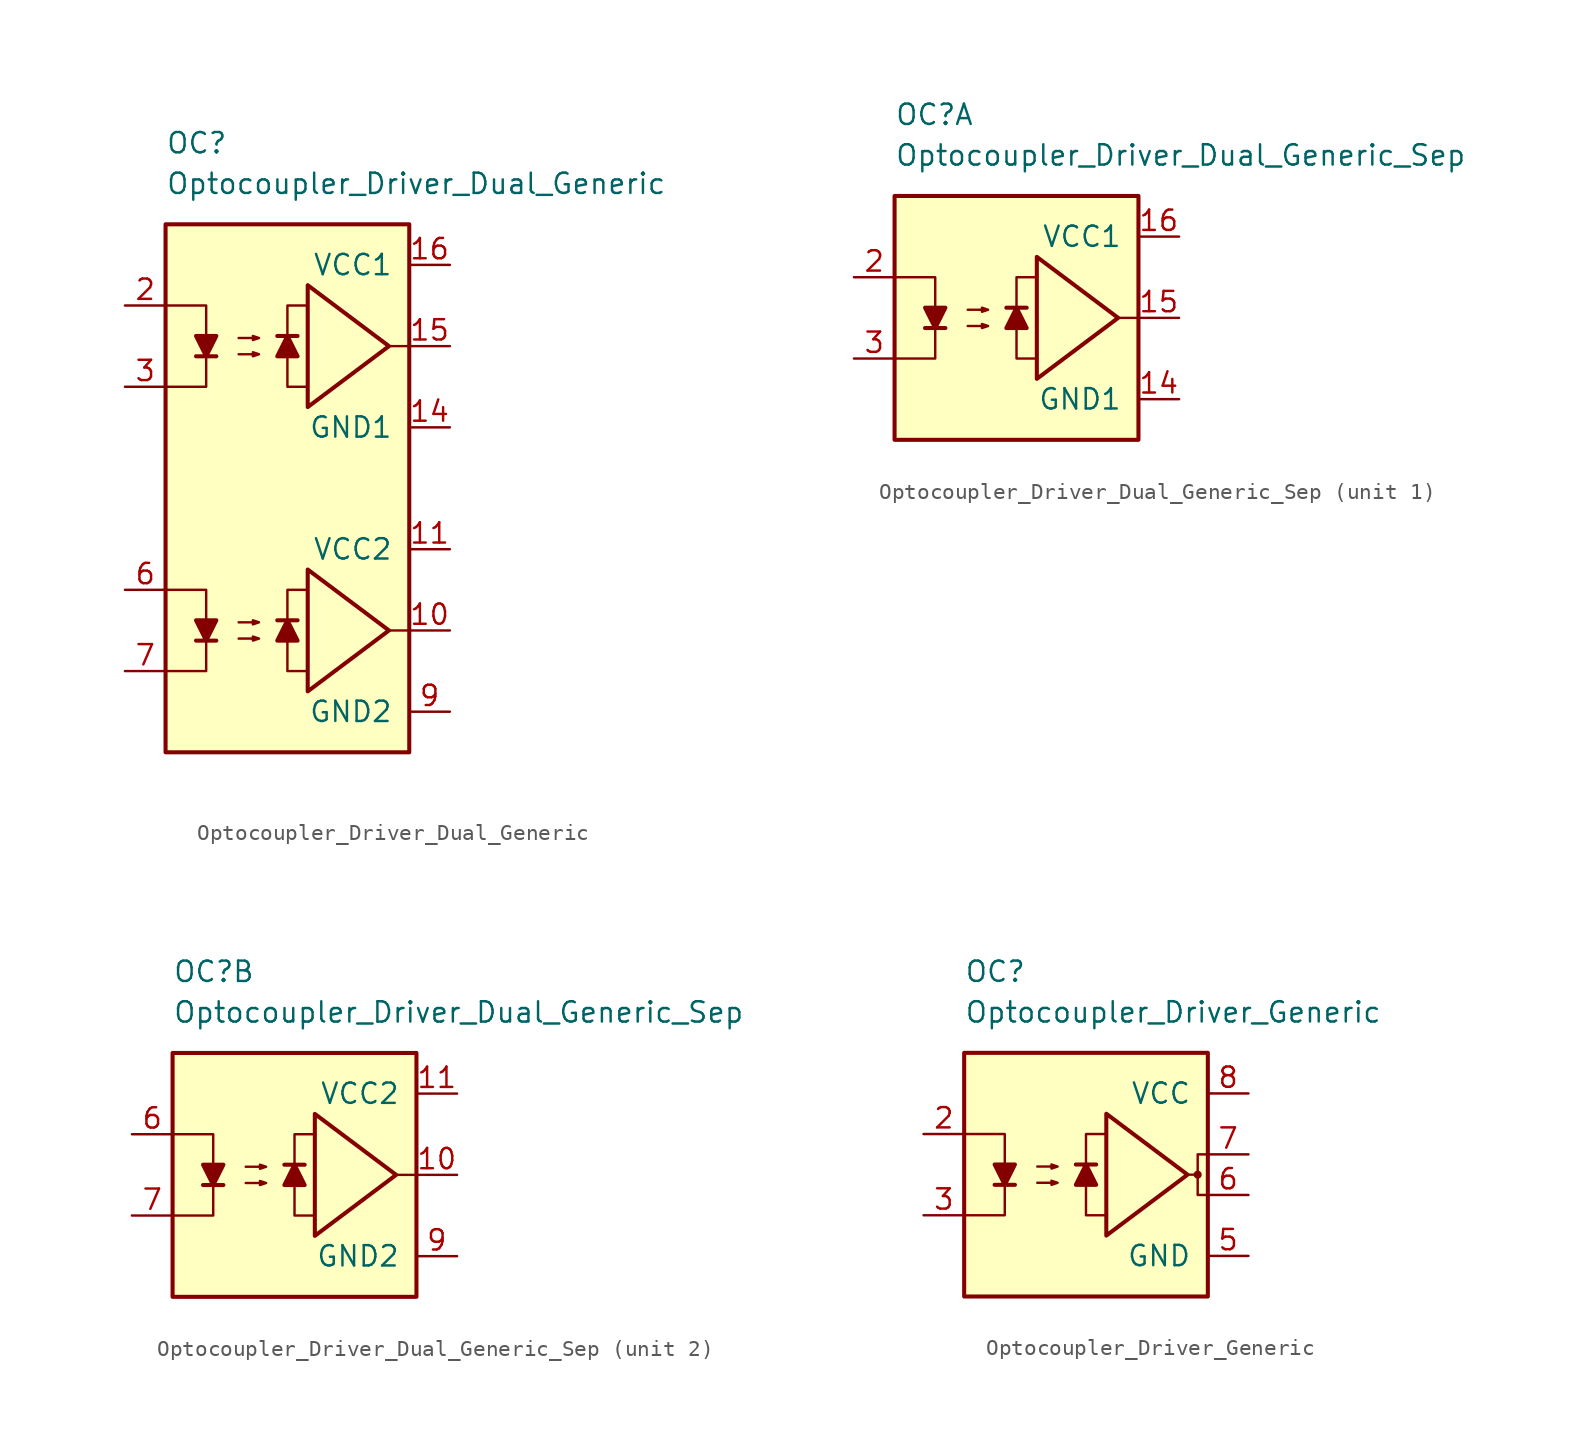
<source format=kicad_sym>
(kicad_symbol_lib
  (version 20211014)
  (generator kicad_symbol_editor)
  (symbol "Optocoupler_Driver_Dual_Generic"
    (pin_names
      (offset 1.016))
    (property "Reference" "OC"
      (at -7.62 21.59 0)
      (effects (font (size 1.27 1.27)) (justify left)))
    (property "Value" "Optocoupler_Driver_Dual_Generic"
      (at -7.62 19.05 0)
      (effects (font (size 1.27 1.27)) (justify left)))
    (symbol "Optocoupler_Driver_Dual_Generic_0_0"
      (polyline (pts (xy 7.62 8.89) (xy 6.35 8.89)) (stroke (width 0) (type default) (color 0 0 0 0)) (fill (type none)))
      (polyline (pts (xy 1.27 6.35) (xy 0 6.35) (xy 0 11.43) (xy 1.27 11.43)) (stroke (width 0) (type default) (color 0 0 0 0)) (fill (type none)))
      (polyline (pts (xy 6.35 8.89) (xy 1.27 12.7) (xy 1.27 5.08) (xy 6.35 8.89)) (stroke (width 0.254) (type default) (color 0 0 0 0)) (fill (type none))))
    (symbol "Optocoupler_Driver_Dual_Generic_0_1"
      (rectangle (start -7.62 16.51) (end 7.62 -16.51) (stroke (width 0.254) (type default) (color 0 0 0 0)) (fill (type background)))
      (polyline (pts (xy -5.715 8.255) (xy -4.445 8.255)) (stroke (width 0.254) (type default) (color 0 0 0 0)) (fill (type none)))
      (polyline (pts (xy -7.62 11.43) (xy -5.08 11.43) (xy -5.08 8.255)) (stroke (width 0) (type default) (color 0 0 0 0)) (fill (type none)))
      (polyline (pts (xy -5.08 8.255) (xy -5.08 6.35) (xy -7.62 6.35)) (stroke (width 0) (type default) (color 0 0 0 0)) (fill (type none)))
      (polyline (pts (xy -5.08 8.255) (xy -5.715 9.525) (xy -4.445 9.525) (xy -5.08 8.255)) (stroke (width 0.254) (type default) (color 0 0 0 0)) (fill (type outline)))
      (polyline (pts (xy -3.048 8.382) (xy -1.778 8.382) (xy -2.159 8.255) (xy -2.159 8.509) (xy -1.778 8.382)) (stroke (width 0) (type default) (color 0 0 0 0)) (fill (type none)))
      (polyline (pts (xy -3.048 9.398) (xy -1.778 9.398) (xy -2.159 9.271) (xy -2.159 9.525) (xy -1.778 9.398)) (stroke (width 0) (type default) (color 0 0 0 0)) (fill (type none))))
    (symbol "Optocoupler_Driver_Dual_Generic_1_1"
      (polyline (pts (xy -5.715 -9.525) (xy -4.445 -9.525)) (stroke (width 0.254) (type default) (color 0 0 0 0)) (fill (type none)))
      (polyline (pts (xy 0.635 -8.255) (xy -0.635 -8.255)) (stroke (width 0.254) (type default) (color 0 0 0 0)) (fill (type none)))
      (polyline (pts (xy 0.635 9.525) (xy -0.635 9.525)) (stroke (width 0.254) (type default) (color 0 0 0 0)) (fill (type none)))
      (polyline (pts (xy 7.62 -8.89) (xy 6.35 -8.89)) (stroke (width 0) (type default) (color 0 0 0 0)) (fill (type none)))
      (polyline (pts (xy -7.62 -6.35) (xy -5.08 -6.35) (xy -5.08 -9.525)) (stroke (width 0) (type default) (color 0 0 0 0)) (fill (type none)))
      (polyline (pts (xy -5.08 -9.525) (xy -5.08 -11.43) (xy -7.62 -11.43)) (stroke (width 0) (type default) (color 0 0 0 0)) (fill (type none)))
      (polyline (pts (xy -5.08 -9.525) (xy -5.715 -8.255) (xy -4.445 -8.255) (xy -5.08 -9.525)) (stroke (width 0.254) (type default) (color 0 0 0 0)) (fill (type outline)))
      (polyline (pts (xy 0 -8.255) (xy 0.635 -9.525) (xy -0.635 -9.525) (xy 0 -8.255)) (stroke (width 0.254) (type default) (color 0 0 0 0)) (fill (type outline)))
      (polyline (pts (xy 0 9.525) (xy 0.635 8.255) (xy -0.635 8.255) (xy 0 9.525)) (stroke (width 0.254) (type default) (color 0 0 0 0)) (fill (type outline)))
      (polyline (pts (xy 1.27 -11.43) (xy 0 -11.43) (xy 0 -6.35) (xy 1.27 -6.35)) (stroke (width 0) (type default) (color 0 0 0 0)) (fill (type none)))
      (polyline (pts (xy 6.35 -8.89) (xy 1.27 -5.08) (xy 1.27 -12.7) (xy 6.35 -8.89)) (stroke (width 0.254) (type default) (color 0 0 0 0)) (fill (type none)))
      (polyline (pts (xy -3.048 -9.398) (xy -1.778 -9.398) (xy -2.159 -9.525) (xy -2.159 -9.271) (xy -1.778 -9.398)) (stroke (width 0) (type default) (color 0 0 0 0)) (fill (type none)))
      (polyline (pts (xy -3.048 -8.382) (xy -1.778 -8.382) (xy -2.159 -8.509) (xy -2.159 -8.255) (xy -1.778 -8.382)) (stroke (width 0) (type default) (color 0 0 0 0)) (fill (type none)))
      (pin no_connect line (at -6.35 13.97 0) (length 2.54) hide (name "NC" (effects (font (size 1.27 1.27)))) (number "1" (effects (font (size 1.27 1.27)))))
      (pin output line (at 10.16 -8.89 180) (length 2.54) (name "~" (effects (font (size 1.27 1.27)))) (number "10" (effects (font (size 1.27 1.27)))))
      (pin power_in line (at 10.16 -3.81 180) (length 2.54) (name "VCC2" (effects (font (size 1.27 1.27)))) (number "11" (effects (font (size 1.27 1.27)))))
      (pin power_in line (at 10.16 3.81 180) (length 2.54) (name "GND1" (effects (font (size 1.27 1.27)))) (number "14" (effects (font (size 1.27 1.27)))))
      (pin output line (at 10.16 8.89 180) (length 2.54) (name "~" (effects (font (size 1.27 1.27)))) (number "15" (effects (font (size 1.27 1.27)))))
      (pin power_in line (at 10.16 13.97 180) (length 2.54) (name "VCC1" (effects (font (size 1.27 1.27)))) (number "16" (effects (font (size 1.27 1.27)))))
      (pin passive line (at -10.16 11.43 0) (length 2.54) (name "~" (effects (font (size 1.27 1.27)))) (number "2" (effects (font (size 1.27 1.27)))))
      (pin passive line (at -10.16 6.35 0) (length 2.54) (name "~" (effects (font (size 1.27 1.27)))) (number "3" (effects (font (size 1.27 1.27)))))
      (pin passive line (at -10.16 -6.35 0) (length 2.54) (name "~" (effects (font (size 1.27 1.27)))) (number "6" (effects (font (size 1.27 1.27)))))
      (pin passive line (at -10.16 -11.43 0) (length 2.54) (name "~" (effects (font (size 1.27 1.27)))) (number "7" (effects (font (size 1.27 1.27)))))
      (pin no_connect line (at -6.35 -13.97 0) (length 2.54) hide (name "NC" (effects (font (size 1.27 1.27)))) (number "8" (effects (font (size 1.27 1.27)))))
      (pin power_in line (at 10.16 -13.97 180) (length 2.54) (name "GND2" (effects (font (size 1.27 1.27)))) (number "9" (effects (font (size 1.27 1.27)))))))
  (symbol "Optocoupler_Driver_Dual_Generic_Sep"
    (pin_names
      (offset 1.016))
    (property "Reference" "OC"
      (at -7.62 12.7 0)
      (effects (font (size 1.27 1.27)) (justify left)))
    (property "Value" "Optocoupler_Driver_Dual_Generic_Sep"
      (at -7.62 10.16 0)
      (effects (font (size 1.27 1.27)) (justify left)))
    (property "ki_locked" ""
      (at 0 0 0)
      (effects (font (size 1.27 1.27))))
    (symbol "Optocoupler_Driver_Dual_Generic_Sep_0_0"
      (rectangle (start -7.62 7.62) (end 7.62 -7.62) (stroke (width 0.254) (type default) (color 0 0 0 0)) (fill (type background)))
      (polyline (pts (xy 7.62 0) (xy 6.35 0)) (stroke (width 0) (type default) (color 0 0 0 0)) (fill (type none)))
      (polyline (pts (xy 1.27 -2.54) (xy 0 -2.54) (xy 0 2.54) (xy 1.27 2.54)) (stroke (width 0) (type default) (color 0 0 0 0)) (fill (type none)))
      (polyline (pts (xy 6.35 0) (xy 1.27 3.81) (xy 1.27 -3.81) (xy 6.35 0)) (stroke (width 0.254) (type default) (color 0 0 0 0)) (fill (type none))))
    (symbol "Optocoupler_Driver_Dual_Generic_Sep_0_1"
      (polyline (pts (xy -5.715 -0.635) (xy -4.445 -0.635)) (stroke (width 0.254) (type default) (color 0 0 0 0)) (fill (type none)))
      (polyline (pts (xy -7.62 2.54) (xy -5.08 2.54) (xy -5.08 -0.635)) (stroke (width 0) (type default) (color 0 0 0 0)) (fill (type none)))
      (polyline (pts (xy -5.08 -0.635) (xy -5.08 -2.54) (xy -7.62 -2.54)) (stroke (width 0) (type default) (color 0 0 0 0)) (fill (type none)))
      (polyline (pts (xy -5.08 -0.635) (xy -5.715 0.635) (xy -4.445 0.635) (xy -5.08 -0.635)) (stroke (width 0.254) (type default) (color 0 0 0 0)) (fill (type outline)))
      (polyline (pts (xy -3.048 -0.508) (xy -1.778 -0.508) (xy -2.159 -0.635) (xy -2.159 -0.381) (xy -1.778 -0.508)) (stroke (width 0) (type default) (color 0 0 0 0)) (fill (type none)))
      (polyline (pts (xy -3.048 0.508) (xy -1.778 0.508) (xy -2.159 0.381) (xy -2.159 0.635) (xy -1.778 0.508)) (stroke (width 0) (type default) (color 0 0 0 0)) (fill (type none))))
    (symbol "Optocoupler_Driver_Dual_Generic_Sep_1_1"
      (polyline (pts (xy 0.635 0.635) (xy -0.635 0.635)) (stroke (width 0.254) (type default) (color 0 0 0 0)) (fill (type none)))
      (polyline (pts (xy 0 0.635) (xy 0.635 -0.635) (xy -0.635 -0.635) (xy 0 0.635)) (stroke (width 0.254) (type default) (color 0 0 0 0)) (fill (type outline)))
      (pin no_connect line (at -6.35 -5.08 0) (length 2.54) hide (name "NC" (effects (font (size 1.27 1.27)))) (number "1" (effects (font (size 1.27 1.27)))))
      (pin power_in line (at 10.16 -5.08 180) (length 2.54) (name "GND1" (effects (font (size 1.27 1.27)))) (number "14" (effects (font (size 1.27 1.27)))))
      (pin output line (at 10.16 0 180) (length 2.54) (name "~" (effects (font (size 1.27 1.27)))) (number "15" (effects (font (size 1.27 1.27)))))
      (pin power_in line (at 10.16 5.08 180) (length 2.54) (name "VCC1" (effects (font (size 1.27 1.27)))) (number "16" (effects (font (size 1.27 1.27)))))
      (pin passive line (at -10.16 2.54 0) (length 2.54) (name "~" (effects (font (size 1.27 1.27)))) (number "2" (effects (font (size 1.27 1.27)))))
      (pin passive line (at -10.16 -2.54 0) (length 2.54) (name "~" (effects (font (size 1.27 1.27)))) (number "3" (effects (font (size 1.27 1.27))))))
    (symbol "Optocoupler_Driver_Dual_Generic_Sep_2_1"
      (polyline (pts (xy 0.635 0.635) (xy -0.635 0.635)) (stroke (width 0.254) (type default) (color 0 0 0 0)) (fill (type none)))
      (polyline (pts (xy 0 0.635) (xy 0.635 -0.635) (xy -0.635 -0.635) (xy 0 0.635)) (stroke (width 0.254) (type default) (color 0 0 0 0)) (fill (type outline)))
      (pin output line (at 10.16 0 180) (length 2.54) (name "~" (effects (font (size 1.27 1.27)))) (number "10" (effects (font (size 1.27 1.27)))))
      (pin power_in line (at 10.16 5.08 180) (length 2.54) (name "VCC2" (effects (font (size 1.27 1.27)))) (number "11" (effects (font (size 1.27 1.27)))))
      (pin passive line (at -10.16 2.54 0) (length 2.54) (name "~" (effects (font (size 1.27 1.27)))) (number "6" (effects (font (size 1.27 1.27)))))
      (pin passive line (at -10.16 -2.54 0) (length 2.54) (name "~" (effects (font (size 1.27 1.27)))) (number "7" (effects (font (size 1.27 1.27)))))
      (pin no_connect line (at -6.35 -5.08 0) (length 2.54) hide (name "NC" (effects (font (size 1.27 1.27)))) (number "8" (effects (font (size 1.27 1.27)))))
      (pin power_in line (at 10.16 -5.08 180) (length 2.54) (name "GND2" (effects (font (size 1.27 1.27)))) (number "9" (effects (font (size 1.27 1.27)))))))
  (symbol "Optocoupler_Driver_Generic"
    (pin_names
      (offset 1.016))
    (property "Reference" "OC"
      (at -7.62 12.7 0)
      (effects (font (size 1.27 1.27)) (justify left)))
    (property "Value" "Optocoupler_Driver_Generic"
      (at -7.62 10.16 0)
      (effects (font (size 1.27 1.27)) (justify left)))
    (symbol "Optocoupler_Driver_Generic_0_0"
      (rectangle (start -7.62 7.62) (end 7.62 -7.62) (stroke (width 0.254) (type default) (color 0 0 0 0)) (fill (type background)))
      (polyline (pts (xy 1.27 -2.54) (xy 0 -2.54) (xy 0 2.54) (xy 1.27 2.54)) (stroke (width 0) (type default) (color 0 0 0 0)) (fill (type none)))
      (polyline (pts (xy 6.35 0) (xy 1.27 3.81) (xy 1.27 -3.81) (xy 6.35 0)) (stroke (width 0.254) (type default) (color 0 0 0 0)) (fill (type none))))
    (symbol "Optocoupler_Driver_Generic_0_1"
      (polyline (pts (xy -5.715 -0.635) (xy -4.445 -0.635)) (stroke (width 0.254) (type default) (color 0 0 0 0)) (fill (type none)))
      (polyline (pts (xy -7.62 2.54) (xy -5.08 2.54) (xy -5.08 -0.635)) (stroke (width 0) (type default) (color 0 0 0 0)) (fill (type none)))
      (polyline (pts (xy -5.08 -0.635) (xy -5.08 -2.54) (xy -7.62 -2.54)) (stroke (width 0) (type default) (color 0 0 0 0)) (fill (type none)))
      (polyline (pts (xy 6.985 0) (xy 6.985 -1.27) (xy 7.62 -1.27)) (stroke (width 0) (type default) (color 0 0 0 0)) (fill (type none)))
      (polyline (pts (xy -5.08 -0.635) (xy -5.715 0.635) (xy -4.445 0.635) (xy -5.08 -0.635)) (stroke (width 0.254) (type default) (color 0 0 0 0)) (fill (type outline)))
      (polyline (pts (xy 6.35 0) (xy 6.985 0) (xy 6.985 1.27) (xy 7.62 1.27)) (stroke (width 0) (type default) (color 0 0 0 0)) (fill (type none)))
      (polyline (pts (xy -3.048 -0.508) (xy -1.778 -0.508) (xy -2.159 -0.635) (xy -2.159 -0.381) (xy -1.778 -0.508)) (stroke (width 0) (type default) (color 0 0 0 0)) (fill (type none)))
      (polyline (pts (xy -3.048 0.508) (xy -1.778 0.508) (xy -2.159 0.381) (xy -2.159 0.635) (xy -1.778 0.508)) (stroke (width 0) (type default) (color 0 0 0 0)) (fill (type none))))
    (symbol "Optocoupler_Driver_Generic_1_1"
      (polyline (pts (xy 0.635 0.635) (xy -0.635 0.635)) (stroke (width 0.254) (type default) (color 0 0 0 0)) (fill (type none)))
      (polyline (pts (xy 0 0.635) (xy 0.635 -0.635) (xy -0.635 -0.635) (xy 0 0.635)) (stroke (width 0.254) (type default) (color 0 0 0 0)) (fill (type outline)))
      (circle (center 6.985 0) (radius 0.178) (stroke (width 0) (type default) (color 0 0 0 0)) (fill (type outline)))
      (pin no_connect line (at -5.08 5.08 0) (length 2.54) hide (name "NC" (effects (font (size 1.27 1.27)))) (number "1" (effects (font (size 1.27 1.27)))))
      (pin passive line (at -10.16 2.54 0) (length 2.54) (name "~" (effects (font (size 1.27 1.27)))) (number "2" (effects (font (size 1.27 1.27)))))
      (pin passive line (at -10.16 -2.54 0) (length 2.54) (name "~" (effects (font (size 1.27 1.27)))) (number "3" (effects (font (size 1.27 1.27)))))
      (pin no_connect line (at -5.08 -5.08 0) (length 2.54) hide (name "NC" (effects (font (size 1.27 1.27)))) (number "4" (effects (font (size 1.27 1.27)))))
      (pin power_in line (at 10.16 -5.08 180) (length 2.54) (name "GND" (effects (font (size 1.27 1.27)))) (number "5" (effects (font (size 1.27 1.27)))))
      (pin output line (at 10.16 -1.27 180) (length 2.54) (name "~" (effects (font (size 1.27 1.27)))) (number "6" (effects (font (size 1.27 1.27)))))
      (pin output line (at 10.16 1.27 180) (length 2.54) (name "~" (effects (font (size 1.27 1.27)))) (number "7" (effects (font (size 1.27 1.27)))))
      (pin power_in line (at 10.16 5.08 180) (length 2.54) (name "VCC" (effects (font (size 1.27 1.27)))) (number "8" (effects (font (size 1.27 1.27))))))))
</source>
